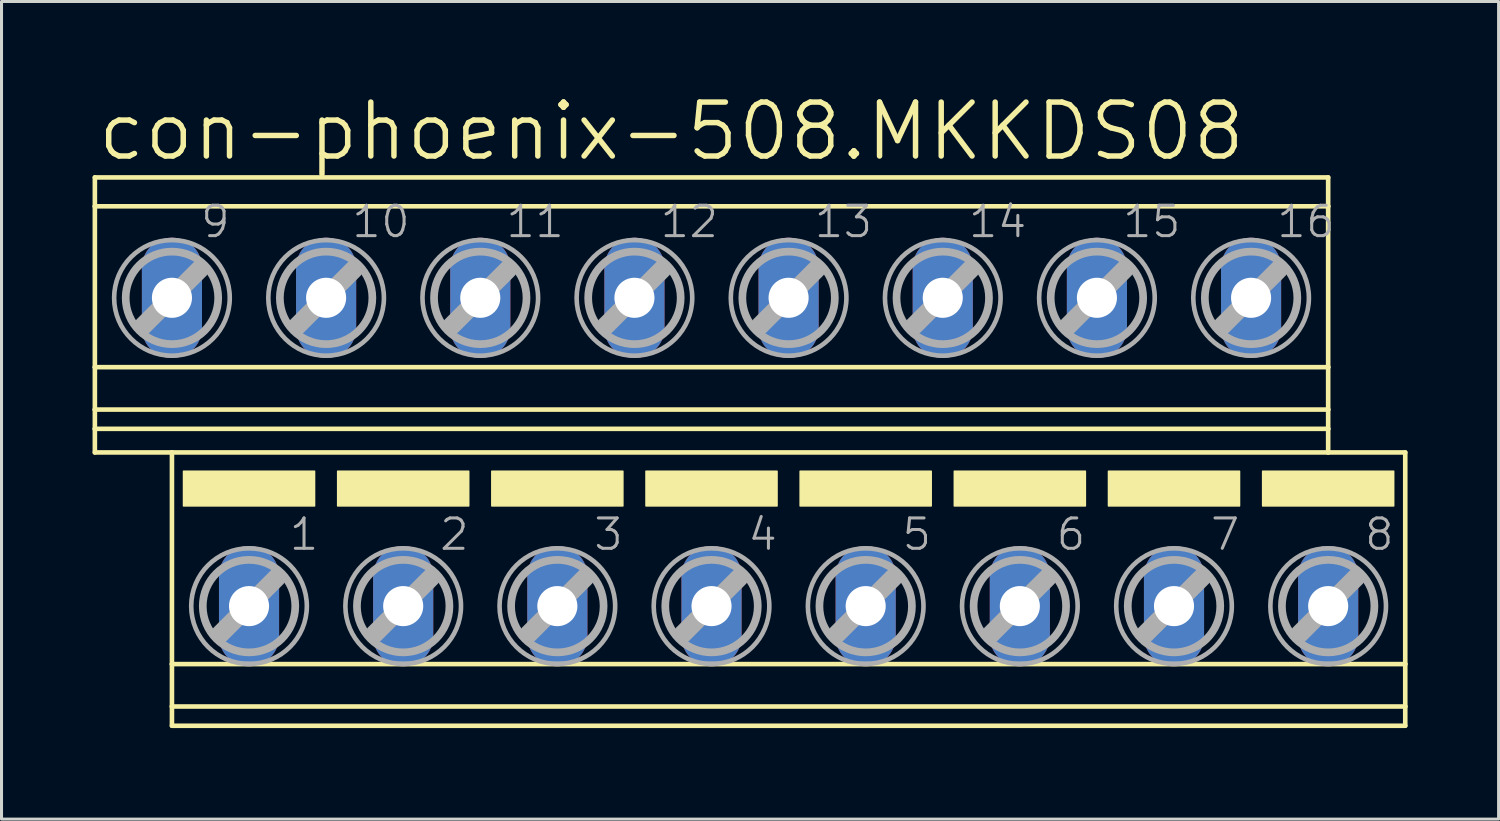
<source format=kicad_pcb>
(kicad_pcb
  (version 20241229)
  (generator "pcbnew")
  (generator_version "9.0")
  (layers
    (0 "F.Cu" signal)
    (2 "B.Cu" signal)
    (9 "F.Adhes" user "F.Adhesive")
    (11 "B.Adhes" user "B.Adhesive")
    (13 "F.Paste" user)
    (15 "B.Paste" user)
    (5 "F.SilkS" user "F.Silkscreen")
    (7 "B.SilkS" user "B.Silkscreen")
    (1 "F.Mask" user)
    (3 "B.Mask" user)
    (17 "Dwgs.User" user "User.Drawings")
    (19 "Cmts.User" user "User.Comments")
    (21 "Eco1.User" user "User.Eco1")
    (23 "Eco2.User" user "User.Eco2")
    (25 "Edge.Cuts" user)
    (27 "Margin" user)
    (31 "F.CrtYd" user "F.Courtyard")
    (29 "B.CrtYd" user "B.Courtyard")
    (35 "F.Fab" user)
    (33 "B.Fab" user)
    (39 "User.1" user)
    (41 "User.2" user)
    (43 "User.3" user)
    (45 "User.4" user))
  (footprint "con-phoenix-508.MKKDS08"
    (layer "F.Cu")
    (at 21.666 11.843)
    (property "Reference" "con-phoenix-508.MKKDS08" (at -21.59 -9.525 0) (layer "F.SilkS") (effects (font (size 1.778 1.778) (thickness 0.18)) (justify left bottom)))
    (attr through_hole)
    (fp_line (start -21.59 -9.047) (end -21.59 -8.094) (stroke (width 0.152) (type default)) (layer "F.SilkS"))
    (fp_line (start -21.59 -9.047) (end 19.05 -9.047) (stroke (width 0.152) (type default)) (layer "F.SilkS"))
    (fp_line (start -21.59 -8.094) (end -21.59 -2.794) (stroke (width 0.152) (type default)) (layer "F.SilkS"))
    (fp_line (start -21.59 -8.094) (end 19.05 -8.094) (stroke (width 0.152) (type default)) (layer "F.SilkS"))
    (fp_line (start -21.59 -2.794) (end -21.59 -1.397) (stroke (width 0.152) (type default)) (layer "F.SilkS"))
    (fp_line (start -21.59 -2.794) (end 19.05 -2.794) (stroke (width 0.152) (type default)) (layer "F.SilkS"))
    (fp_line (start -21.59 -1.397) (end -21.59 -0.762) (stroke (width 0.152) (type default)) (layer "F.SilkS"))
    (fp_line (start -21.59 -1.397) (end 19.05 -1.397) (stroke (width 0.152) (type default)) (layer "F.SilkS"))
    (fp_line (start -21.59 -0.762) (end -21.59 0.016) (stroke (width 0.152) (type default)) (layer "F.SilkS"))
    (fp_line (start -21.59 -0.762) (end 19.05 -0.762) (stroke (width 0.152) (type default)) (layer "F.SilkS"))
    (fp_line (start -21.59 0.016) (end -19.05 0.016) (stroke (width 0.152) (type default)) (layer "F.SilkS"))
    (fp_line (start -19.05 0.016) (end -19.05 6.99) (stroke (width 0.152) (type default)) (layer "F.SilkS"))
    (fp_line (start -19.05 0.016) (end 19.05 0.016) (stroke (width 0.152) (type default)) (layer "F.SilkS"))
    (fp_line (start -19.05 6.99) (end -19.05 8.387) (stroke (width 0.152) (type default)) (layer "F.SilkS"))
    (fp_line (start -19.05 6.99) (end 21.59 6.99) (stroke (width 0.152) (type default)) (layer "F.SilkS"))
    (fp_line (start -19.05 8.387) (end -19.05 9.022) (stroke (width 0.152) (type default)) (layer "F.SilkS"))
    (fp_line (start -19.05 8.387) (end 21.59 8.387) (stroke (width 0.152) (type default)) (layer "F.SilkS"))
    (fp_line (start -19.05 9.022) (end 21.59 9.022) (stroke (width 0.152) (type default)) (layer "F.SilkS"))
    (fp_line (start 19.05 -9.047) (end 19.05 -8.094) (stroke (width 0.152) (type default)) (layer "F.SilkS"))
    (fp_line (start 19.05 -8.094) (end 19.05 -2.794) (stroke (width 0.152) (type default)) (layer "F.SilkS"))
    (fp_line (start 19.05 -2.794) (end 19.05 -1.397) (stroke (width 0.152) (type default)) (layer "F.SilkS"))
    (fp_line (start 19.05 -1.397) (end 19.05 -0.762) (stroke (width 0.152) (type default)) (layer "F.SilkS"))
    (fp_line (start 19.05 -0.762) (end 19.05 0.016) (stroke (width 0.152) (type default)) (layer "F.SilkS"))
    (fp_line (start 21.59 0.016) (end 19.05 0.016) (stroke (width 0.152) (type default)) (layer "F.SilkS"))
    (fp_line (start 21.59 0.016) (end 21.59 6.99) (stroke (width 0.152) (type default)) (layer "F.SilkS"))
    (fp_line (start 21.59 6.99) (end 21.59 8.387) (stroke (width 0.152) (type default)) (layer "F.SilkS"))
    (fp_line (start 21.59 8.387) (end 21.59 9.022) (stroke (width 0.152) (type default)) (layer "F.SilkS"))
    (fp_rect (start -18.669 1.778) (end -14.351 0.635) (stroke (width 0.05) (type default)) (fill yes) (layer "F.SilkS"))
    (fp_rect (start -13.589 1.778) (end -9.271 0.635) (stroke (width 0.05) (type default)) (fill yes) (layer "F.SilkS"))
    (fp_rect (start -8.509 1.778) (end -4.191 0.635) (stroke (width 0.05) (type default)) (fill yes) (layer "F.SilkS"))
    (fp_rect (start -3.429 1.778) (end 0.889 0.635) (stroke (width 0.05) (type default)) (fill yes) (layer "F.SilkS"))
    (fp_rect (start 1.651 1.778) (end 5.969 0.635) (stroke (width 0.05) (type default)) (fill yes) (layer "F.SilkS"))
    (fp_rect (start 6.731 1.778) (end 11.049 0.635) (stroke (width 0.05) (type default)) (fill yes) (layer "F.SilkS"))
    (fp_rect (start 11.811 1.778) (end 16.129 0.635) (stroke (width 0.05) (type default)) (fill yes) (layer "F.SilkS"))
    (fp_rect (start 16.891 1.778) (end 21.209 0.635) (stroke (width 0.05) (type default)) (fill yes) (layer "F.SilkS"))
    (fp_line (start -19.99 -4.163) (end -18.136 -6.017) (stroke (width 0.61) (type default)) (layer "F.Fab"))
    (fp_line (start -17.45 5.994) (end -15.596 4.14) (stroke (width 0.61) (type default)) (layer "F.Fab"))
    (fp_line (start -14.91 -4.163) (end -13.056 -6.017) (stroke (width 0.61) (type default)) (layer "F.Fab"))
    (fp_line (start -12.37 5.994) (end -10.516 4.14) (stroke (width 0.61) (type default)) (layer "F.Fab"))
    (fp_line (start -9.83 -4.163) (end -7.976 -6.017) (stroke (width 0.61) (type default)) (layer "F.Fab"))
    (fp_line (start -7.29 5.994) (end -5.436 4.14) (stroke (width 0.61) (type default)) (layer "F.Fab"))
    (fp_line (start -4.75 -4.163) (end -2.896 -6.017) (stroke (width 0.61) (type default)) (layer "F.Fab"))
    (fp_line (start -2.21 5.994) (end -0.356 4.14) (stroke (width 0.61) (type default)) (layer "F.Fab"))
    (fp_line (start 0.33 -4.163) (end 2.184 -6.017) (stroke (width 0.61) (type default)) (layer "F.Fab"))
    (fp_line (start 2.87 5.994) (end 4.724 4.14) (stroke (width 0.61) (type default)) (layer "F.Fab"))
    (fp_line (start 5.41 -4.163) (end 7.264 -6.017) (stroke (width 0.61) (type default)) (layer "F.Fab"))
    (fp_line (start 7.95 5.994) (end 9.804 4.14) (stroke (width 0.61) (type default)) (layer "F.Fab"))
    (fp_line (start 10.49 -4.163) (end 12.344 -6.017) (stroke (width 0.61) (type default)) (layer "F.Fab"))
    (fp_line (start 13.03 5.994) (end 14.884 4.14) (stroke (width 0.61) (type default)) (layer "F.Fab"))
    (fp_line (start 15.57 -4.163) (end 17.424 -6.017) (stroke (width 0.61) (type default)) (layer "F.Fab"))
    (fp_line (start 18.11 5.994) (end 19.964 4.14) (stroke (width 0.61) (type default)) (layer "F.Fab"))
    (fp_circle (center -19.05 -5.077) (end -17.526 -5.077) (stroke (width 0.254) (type default)) (fill no) (layer "F.Fab"))
    (fp_circle (center -19.05 -5.077) (end -17.145 -5.077) (stroke (width 0.152) (type default)) (fill no) (layer "F.Fab"))
    (fp_circle (center -16.51 5.08) (end -14.986 5.08) (stroke (width 0.254) (type default)) (fill no) (layer "F.Fab"))
    (fp_circle (center -16.51 5.08) (end -14.605 5.08) (stroke (width 0.152) (type default)) (fill no) (layer "F.Fab"))
    (fp_circle (center -13.97 -5.077) (end -12.446 -5.077) (stroke (width 0.254) (type default)) (fill no) (layer "F.Fab"))
    (fp_circle (center -13.97 -5.077) (end -12.065 -5.077) (stroke (width 0.152) (type default)) (fill no) (layer "F.Fab"))
    (fp_circle (center -11.43 5.08) (end -9.906 5.08) (stroke (width 0.254) (type default)) (fill no) (layer "F.Fab"))
    (fp_circle (center -11.43 5.08) (end -9.525 5.08) (stroke (width 0.152) (type default)) (fill no) (layer "F.Fab"))
    (fp_circle (center -8.89 -5.077) (end -7.366 -5.077) (stroke (width 0.254) (type default)) (fill no) (layer "F.Fab"))
    (fp_circle (center -8.89 -5.077) (end -6.985 -5.077) (stroke (width 0.152) (type default)) (fill no) (layer "F.Fab"))
    (fp_circle (center -6.35 5.08) (end -4.826 5.08) (stroke (width 0.254) (type default)) (fill no) (layer "F.Fab"))
    (fp_circle (center -6.35 5.08) (end -4.445 5.08) (stroke (width 0.152) (type default)) (fill no) (layer "F.Fab"))
    (fp_circle (center -3.81 -5.077) (end -2.286 -5.077) (stroke (width 0.254) (type default)) (fill no) (layer "F.Fab"))
    (fp_circle (center -3.81 -5.077) (end -1.905 -5.077) (stroke (width 0.152) (type default)) (fill no) (layer "F.Fab"))
    (fp_circle (center -1.27 5.08) (end 0.254 5.08) (stroke (width 0.254) (type default)) (fill no) (layer "F.Fab"))
    (fp_circle (center -1.27 5.08) (end 0.635 5.08) (stroke (width 0.152) (type default)) (fill no) (layer "F.Fab"))
    (fp_circle (center 1.27 -5.077) (end 2.794 -5.077) (stroke (width 0.254) (type default)) (fill no) (layer "F.Fab"))
    (fp_circle (center 1.27 -5.077) (end 3.175 -5.077) (stroke (width 0.152) (type default)) (fill no) (layer "F.Fab"))
    (fp_circle (center 3.81 5.08) (end 5.334 5.08) (stroke (width 0.254) (type default)) (fill no) (layer "F.Fab"))
    (fp_circle (center 3.81 5.08) (end 5.715 5.08) (stroke (width 0.152) (type default)) (fill no) (layer "F.Fab"))
    (fp_circle (center 6.35 -5.077) (end 7.874 -5.077) (stroke (width 0.254) (type default)) (fill no) (layer "F.Fab"))
    (fp_circle (center 6.35 -5.077) (end 8.255 -5.077) (stroke (width 0.152) (type default)) (fill no) (layer "F.Fab"))
    (fp_circle (center 8.89 5.08) (end 10.414 5.08) (stroke (width 0.254) (type default)) (fill no) (layer "F.Fab"))
    (fp_circle (center 8.89 5.08) (end 10.795 5.08) (stroke (width 0.152) (type default)) (fill no) (layer "F.Fab"))
    (fp_circle (center 11.43 -5.077) (end 12.954 -5.077) (stroke (width 0.254) (type default)) (fill no) (layer "F.Fab"))
    (fp_circle (center 11.43 -5.077) (end 13.335 -5.077) (stroke (width 0.152) (type default)) (fill no) (layer "F.Fab"))
    (fp_circle (center 13.97 5.08) (end 15.494 5.08) (stroke (width 0.254) (type default)) (fill no) (layer "F.Fab"))
    (fp_circle (center 13.97 5.08) (end 15.875 5.08) (stroke (width 0.152) (type default)) (fill no) (layer "F.Fab"))
    (fp_circle (center 16.51 -5.077) (end 18.034 -5.077) (stroke (width 0.254) (type default)) (fill no) (layer "F.Fab"))
    (fp_circle (center 16.51 -5.077) (end 18.415 -5.077) (stroke (width 0.152) (type default)) (fill no) (layer "F.Fab"))
    (fp_circle (center 19.05 5.08) (end 20.574 5.08) (stroke (width 0.254) (type default)) (fill no) (layer "F.Fab"))
    (fp_circle (center 19.05 5.08) (end 20.955 5.08) (stroke (width 0.152) (type default)) (fill no) (layer "F.Fab"))
    (fp_text user "7" (at 15.113 3.302 0) (layer "F.Fab") (effects (font (size 1 1) (thickness 0.1)) (justify left bottom)))
    (fp_text user "1" (at -15.24 3.302 0) (layer "F.Fab") (effects (font (size 1 1) (thickness 0.1)) (justify left bottom)))
    (fp_text user "13" (at 2.059 -7.001 0) (layer "F.Fab") (effects (font (size 1 1) (thickness 0.1)) (justify left bottom)))
    (fp_text user "12" (at -3.021 -7.001 0) (layer "F.Fab") (effects (font (size 1 1) (thickness 0.1)) (justify left bottom)))
    (fp_text user "14" (at 7.139 -7.001 0) (layer "F.Fab") (effects (font (size 1 1) (thickness 0.1)) (justify left bottom)))
    (fp_text user "9" (at -18.161 -7.001 0) (layer "F.Fab") (effects (font (size 1 1) (thickness 0.1)) (justify left bottom)))
    (fp_text user "15" (at 12.219 -7.001 0) (layer "F.Fab") (effects (font (size 1 1) (thickness 0.1)) (justify left bottom)))
    (fp_text user "11" (at -8.101 -7.001 0) (layer "F.Fab") (effects (font (size 1 1) (thickness 0.1)) (justify left bottom)))
    (fp_text user "8" (at 20.193 3.302 0) (layer "F.Fab") (effects (font (size 1 1) (thickness 0.1)) (justify left bottom)))
    (fp_text user "2" (at -10.287 3.302 0) (layer "F.Fab") (effects (font (size 1 1) (thickness 0.1)) (justify left bottom)))
    (fp_text user "4" (at -0.127 3.302 0) (layer "F.Fab") (effects (font (size 1 1) (thickness 0.1)) (justify left bottom)))
    (fp_text user "5" (at 4.953 3.302 0) (layer "F.Fab") (effects (font (size 1 1) (thickness 0.1)) (justify left bottom)))
    (fp_text user "16" (at 17.299 -7.001 0) (layer "F.Fab") (effects (font (size 1 1) (thickness 0.1)) (justify left bottom)))
    (fp_text user "3" (at -5.207 3.302 0) (layer "F.Fab") (effects (font (size 1 1) (thickness 0.1)) (justify left bottom)))
    (fp_text user "10" (at -13.181 -7.001 0) (layer "F.Fab") (effects (font (size 1 1) (thickness 0.1)) (justify left bottom)))
    (fp_text user "6" (at 10.033 3.302 0) (layer "F.Fab") (effects (font (size 1 1) (thickness 0.1)) (justify left bottom)))
    (pad "1" thru_hole oval (at -16.51 5.08 90) (size 3.962 1.981) (drill 1.321) (layers "*.Cu" "*.Mask"))
    (pad "2" thru_hole oval (at -11.43 5.08 90) (size 3.962 1.981) (drill 1.321) (layers "*.Cu" "*.Mask"))
    (pad "3" thru_hole oval (at -6.35 5.08 90) (size 3.962 1.981) (drill 1.321) (layers "*.Cu" "*.Mask"))
    (pad "4" thru_hole oval (at -1.27 5.08 90) (size 3.962 1.981) (drill 1.321) (layers "*.Cu" "*.Mask"))
    (pad "5" thru_hole oval (at 3.81 5.08 90) (size 3.962 1.981) (drill 1.321) (layers "*.Cu" "*.Mask"))
    (pad "6" thru_hole oval (at 8.89 5.08 90) (size 3.962 1.981) (drill 1.321) (layers "*.Cu" "*.Mask"))
    (pad "7" thru_hole oval (at 13.97 5.08 90) (size 3.962 1.981) (drill 1.321) (layers "*.Cu" "*.Mask"))
    (pad "8" thru_hole oval (at 19.05 5.08 90) (size 3.962 1.981) (drill 1.321) (layers "*.Cu" "*.Mask"))
    (pad "9" thru_hole oval (at -19.05 -5.08 90) (size 3.962 1.981) (drill 1.321) (layers "*.Cu" "*.Mask"))
    (pad "10" thru_hole oval (at -13.97 -5.08 90) (size 3.962 1.981) (drill 1.321) (layers "*.Cu" "*.Mask"))
    (pad "11" thru_hole oval (at -8.89 -5.08 90) (size 3.962 1.981) (drill 1.321) (layers "*.Cu" "*.Mask"))
    (pad "12" thru_hole oval (at -3.81 -5.08 90) (size 3.962 1.981) (drill 1.321) (layers "*.Cu" "*.Mask"))
    (pad "13" thru_hole oval (at 1.27 -5.08 90) (size 3.962 1.981) (drill 1.321) (layers "*.Cu" "*.Mask"))
    (pad "14" thru_hole oval (at 6.35 -5.08 90) (size 3.962 1.981) (drill 1.321) (layers "*.Cu" "*.Mask"))
    (pad "15" thru_hole oval (at 11.43 -5.08 90) (size 3.962 1.981) (drill 1.321) (layers "*.Cu" "*.Mask"))
    (pad "16" thru_hole oval (at 16.51 -5.08 90) (size 3.962 1.981) (drill 1.321) (layers "*.Cu" "*.Mask")))
  (gr_rect
    (start -3 -3)
    (end 46.332 23.941)
    (stroke (width 0.1) (type default))
    (fill no)
    (layer "Edge.Cuts")))
</source>
